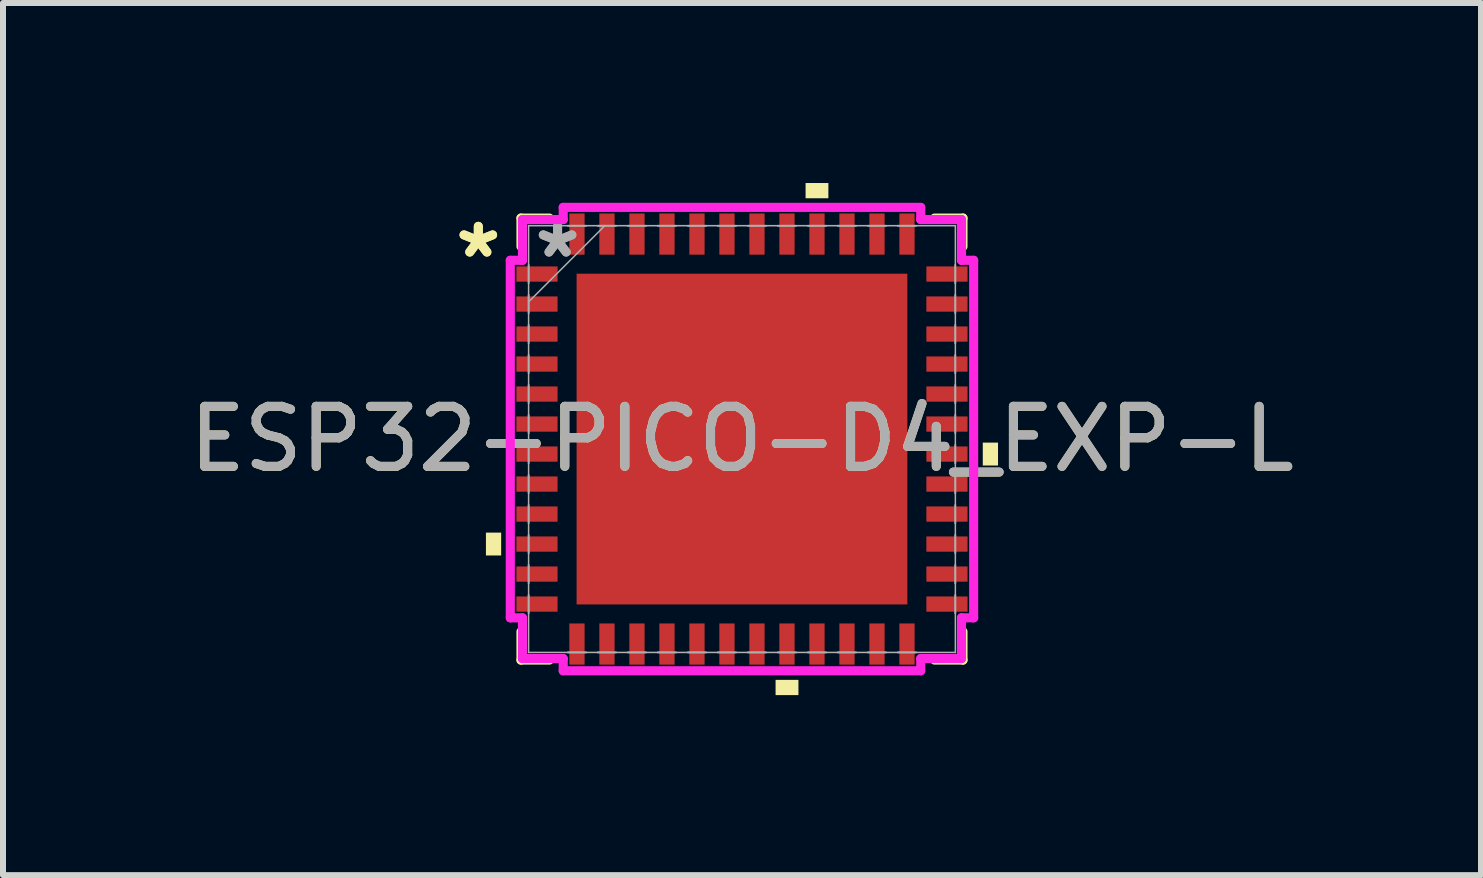
<source format=kicad_pcb>
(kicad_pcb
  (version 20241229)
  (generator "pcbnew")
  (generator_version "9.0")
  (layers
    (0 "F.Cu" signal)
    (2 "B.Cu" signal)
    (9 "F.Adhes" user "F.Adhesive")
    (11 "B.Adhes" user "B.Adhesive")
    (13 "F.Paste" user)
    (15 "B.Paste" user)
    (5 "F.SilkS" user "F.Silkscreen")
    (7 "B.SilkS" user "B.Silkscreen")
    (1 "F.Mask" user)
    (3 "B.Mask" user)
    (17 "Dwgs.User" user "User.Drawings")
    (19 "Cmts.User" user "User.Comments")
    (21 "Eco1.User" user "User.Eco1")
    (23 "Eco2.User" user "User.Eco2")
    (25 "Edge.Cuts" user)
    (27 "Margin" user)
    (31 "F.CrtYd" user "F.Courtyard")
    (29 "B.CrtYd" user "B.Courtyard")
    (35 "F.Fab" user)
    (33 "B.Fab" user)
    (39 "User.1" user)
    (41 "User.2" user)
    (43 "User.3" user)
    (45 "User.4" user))
  (footprint "ESP32-PICO-D4_EXP-L"
    (layer "F.Cu")
    (at 9.315 4.267)
    (property "Reference" "ESP32-PICO-D4_EXP-L" (at 0 0 0) (unlocked yes) (layer "F.SilkS") (effects (font (size 1 1) (thickness 0.15))))
    (attr smd)
    (fp_line (start -3.683 -3.683) (end -3.683 -3.21) (stroke (width 0.152) (type solid)) (layer "F.SilkS"))
    (fp_line (start -3.683 3.21) (end -3.683 3.683) (stroke (width 0.152) (type solid)) (layer "F.SilkS"))
    (fp_line (start -3.683 3.683) (end -3.21 3.683) (stroke (width 0.152) (type solid)) (layer "F.SilkS"))
    (fp_line (start -3.21 -3.683) (end -3.683 -3.683) (stroke (width 0.152) (type solid)) (layer "F.SilkS"))
    (fp_line (start 3.21 3.683) (end 3.683 3.683) (stroke (width 0.152) (type solid)) (layer "F.SilkS"))
    (fp_line (start 3.683 -3.683) (end 3.21 -3.683) (stroke (width 0.152) (type solid)) (layer "F.SilkS"))
    (fp_line (start 3.683 -3.21) (end 3.683 -3.683) (stroke (width 0.152) (type solid)) (layer "F.SilkS"))
    (fp_line (start 3.683 3.683) (end 3.683 3.21) (stroke (width 0.152) (type solid)) (layer "F.SilkS"))
    (fp_poly (pts (xy -4.267 1.559) (xy -4.267 1.94) (xy -4.013 1.94) (xy -4.013 1.559)) (stroke (width 0) (type solid)) (fill yes) (layer "F.SilkS"))
    (fp_poly (pts (xy 0.56 4.013) (xy 0.56 4.267) (xy 0.941 4.267) (xy 0.941 4.013)) (stroke (width 0) (type solid)) (fill yes) (layer "F.SilkS"))
    (fp_poly (pts (xy 1.06 -4.013) (xy 1.06 -4.267) (xy 1.44 -4.267) (xy 1.44 -4.013)) (stroke (width 0) (type solid)) (fill yes) (layer "F.SilkS"))
    (fp_poly (pts (xy 4.267 0.059) (xy 4.267 0.441) (xy 4.013 0.441) (xy 4.013 0.059)) (stroke (width 0) (type solid)) (fill yes) (layer "F.SilkS"))
    (fp_poly (pts (xy -2.656 -2.656) (xy -2.656 -1.478) (xy -1.478 -1.478) (xy -1.478 -2.656)) (stroke (width 0) (type solid)) (fill yes) (layer "F.Paste"))
    (fp_poly (pts (xy -2.656 -1.278) (xy -2.656 -0.1) (xy -1.478 -0.1) (xy -1.478 -1.278)) (stroke (width 0) (type solid)) (fill yes) (layer "F.Paste"))
    (fp_poly (pts (xy -2.656 0.1) (xy -2.656 1.278) (xy -1.478 1.278) (xy -1.478 0.1)) (stroke (width 0) (type solid)) (fill yes) (layer "F.Paste"))
    (fp_poly (pts (xy -2.656 1.478) (xy -2.656 2.656) (xy -1.478 2.656) (xy -1.478 1.478)) (stroke (width 0) (type solid)) (fill yes) (layer "F.Paste"))
    (fp_poly (pts (xy -1.278 -2.656) (xy -1.278 -1.478) (xy -0.1 -1.478) (xy -0.1 -2.656)) (stroke (width 0) (type solid)) (fill yes) (layer "F.Paste"))
    (fp_poly (pts (xy -1.278 -1.278) (xy -1.278 -0.1) (xy -0.1 -0.1) (xy -0.1 -1.278)) (stroke (width 0) (type solid)) (fill yes) (layer "F.Paste"))
    (fp_poly (pts (xy -1.278 0.1) (xy -1.278 1.278) (xy -0.1 1.278) (xy -0.1 0.1)) (stroke (width 0) (type solid)) (fill yes) (layer "F.Paste"))
    (fp_poly (pts (xy -1.278 1.478) (xy -1.278 2.656) (xy -0.1 2.656) (xy -0.1 1.478)) (stroke (width 0) (type solid)) (fill yes) (layer "F.Paste"))
    (fp_poly (pts (xy 0.1 -2.656) (xy 0.1 -1.478) (xy 1.278 -1.478) (xy 1.278 -2.656)) (stroke (width 0) (type solid)) (fill yes) (layer "F.Paste"))
    (fp_poly (pts (xy 0.1 -1.278) (xy 0.1 -0.1) (xy 1.278 -0.1) (xy 1.278 -1.278)) (stroke (width 0) (type solid)) (fill yes) (layer "F.Paste"))
    (fp_poly (pts (xy 0.1 0.1) (xy 0.1 1.278) (xy 1.278 1.278) (xy 1.278 0.1)) (stroke (width 0) (type solid)) (fill yes) (layer "F.Paste"))
    (fp_poly (pts (xy 0.1 1.478) (xy 0.1 2.656) (xy 1.278 2.656) (xy 1.278 1.478)) (stroke (width 0) (type solid)) (fill yes) (layer "F.Paste"))
    (fp_poly (pts (xy 1.478 -2.656) (xy 1.478 -1.478) (xy 2.656 -1.478) (xy 2.656 -2.656)) (stroke (width 0) (type solid)) (fill yes) (layer "F.Paste"))
    (fp_poly (pts (xy 1.478 -1.278) (xy 1.478 -0.1) (xy 2.656 -0.1) (xy 2.656 -1.278)) (stroke (width 0) (type solid)) (fill yes) (layer "F.Paste"))
    (fp_poly (pts (xy 1.478 0.1) (xy 1.478 1.278) (xy 2.656 1.278) (xy 2.656 0.1)) (stroke (width 0) (type solid)) (fill yes) (layer "F.Paste"))
    (fp_poly (pts (xy 1.478 1.478) (xy 1.478 2.656) (xy 2.656 2.656) (xy 2.656 1.478)) (stroke (width 0) (type solid)) (fill yes) (layer "F.Paste"))
    (fp_line (start -3.861 -2.979) (end -3.658 -2.979) (stroke (width 0.152) (type solid)) (layer "F.CrtYd"))
    (fp_line (start -3.861 2.979) (end -3.861 -2.979) (stroke (width 0.152) (type solid)) (layer "F.CrtYd"))
    (fp_line (start -3.658 -3.658) (end -2.979 -3.658) (stroke (width 0.152) (type solid)) (layer "F.CrtYd"))
    (fp_line (start -3.658 -2.979) (end -3.658 -3.658) (stroke (width 0.152) (type solid)) (layer "F.CrtYd"))
    (fp_line (start -3.658 2.979) (end -3.861 2.979) (stroke (width 0.152) (type solid)) (layer "F.CrtYd"))
    (fp_line (start -3.658 3.658) (end -3.658 2.979) (stroke (width 0.152) (type solid)) (layer "F.CrtYd"))
    (fp_line (start -2.979 -3.861) (end 2.979 -3.861) (stroke (width 0.152) (type solid)) (layer "F.CrtYd"))
    (fp_line (start -2.979 -3.658) (end -2.979 -3.861) (stroke (width 0.152) (type solid)) (layer "F.CrtYd"))
    (fp_line (start -2.979 3.658) (end -3.658 3.658) (stroke (width 0.152) (type solid)) (layer "F.CrtYd"))
    (fp_line (start -2.979 3.861) (end -2.979 3.658) (stroke (width 0.152) (type solid)) (layer "F.CrtYd"))
    (fp_line (start 2.979 -3.861) (end 2.979 -3.658) (stroke (width 0.152) (type solid)) (layer "F.CrtYd"))
    (fp_line (start 2.979 -3.658) (end 3.658 -3.658) (stroke (width 0.152) (type solid)) (layer "F.CrtYd"))
    (fp_line (start 2.979 3.658) (end 2.979 3.861) (stroke (width 0.152) (type solid)) (layer "F.CrtYd"))
    (fp_line (start 2.979 3.861) (end -2.979 3.861) (stroke (width 0.152) (type solid)) (layer "F.CrtYd"))
    (fp_line (start 3.658 -3.658) (end 3.658 -2.979) (stroke (width 0.152) (type solid)) (layer "F.CrtYd"))
    (fp_line (start 3.658 -2.979) (end 3.861 -2.979) (stroke (width 0.152) (type solid)) (layer "F.CrtYd"))
    (fp_line (start 3.658 2.979) (end 3.658 3.658) (stroke (width 0.152) (type solid)) (layer "F.CrtYd"))
    (fp_line (start 3.658 3.658) (end 2.979 3.658) (stroke (width 0.152) (type solid)) (layer "F.CrtYd"))
    (fp_line (start 3.861 -2.979) (end 3.861 2.979) (stroke (width 0.152) (type solid)) (layer "F.CrtYd"))
    (fp_line (start 3.861 2.979) (end 3.658 2.979) (stroke (width 0.152) (type solid)) (layer "F.CrtYd"))
    (fp_line (start -3.556 -3.556) (end -3.556 -3.556) (stroke (width 0.025) (type solid)) (layer "F.Fab"))
    (fp_line (start -3.556 -3.556) (end -3.556 3.556) (stroke (width 0.025) (type solid)) (layer "F.Fab"))
    (fp_line (start -3.556 -2.902) (end -3.556 -2.902) (stroke (width 0.025) (type solid)) (layer "F.Fab"))
    (fp_line (start -3.556 -2.902) (end -3.556 -2.598) (stroke (width 0.025) (type solid)) (layer "F.Fab"))
    (fp_line (start -3.556 -2.598) (end -3.556 -2.902) (stroke (width 0.025) (type solid)) (layer "F.Fab"))
    (fp_line (start -3.556 -2.598) (end -3.556 -2.598) (stroke (width 0.025) (type solid)) (layer "F.Fab"))
    (fp_line (start -3.556 -2.402) (end -3.556 -2.402) (stroke (width 0.025) (type solid)) (layer "F.Fab"))
    (fp_line (start -3.556 -2.402) (end -3.556 -2.098) (stroke (width 0.025) (type solid)) (layer "F.Fab"))
    (fp_line (start -3.556 -2.286) (end -2.286 -3.556) (stroke (width 0.025) (type solid)) (layer "F.Fab"))
    (fp_line (start -3.556 -2.098) (end -3.556 -2.402) (stroke (width 0.025) (type solid)) (layer "F.Fab"))
    (fp_line (start -3.556 -2.098) (end -3.556 -2.098) (stroke (width 0.025) (type solid)) (layer "F.Fab"))
    (fp_line (start -3.556 -1.902) (end -3.556 -1.902) (stroke (width 0.025) (type solid)) (layer "F.Fab"))
    (fp_line (start -3.556 -1.902) (end -3.556 -1.598) (stroke (width 0.025) (type solid)) (layer "F.Fab"))
    (fp_line (start -3.556 -1.598) (end -3.556 -1.902) (stroke (width 0.025) (type solid)) (layer "F.Fab"))
    (fp_line (start -3.556 -1.598) (end -3.556 -1.598) (stroke (width 0.025) (type solid)) (layer "F.Fab"))
    (fp_line (start -3.556 -1.402) (end -3.556 -1.402) (stroke (width 0.025) (type solid)) (layer "F.Fab"))
    (fp_line (start -3.556 -1.402) (end -3.556 -1.098) (stroke (width 0.025) (type solid)) (layer "F.Fab"))
    (fp_line (start -3.556 -1.098) (end -3.556 -1.402) (stroke (width 0.025) (type solid)) (layer "F.Fab"))
    (fp_line (start -3.556 -1.098) (end -3.556 -1.098) (stroke (width 0.025) (type solid)) (layer "F.Fab"))
    (fp_line (start -3.556 -0.902) (end -3.556 -0.902) (stroke (width 0.025) (type solid)) (layer "F.Fab"))
    (fp_line (start -3.556 -0.902) (end -3.556 -0.598) (stroke (width 0.025) (type solid)) (layer "F.Fab"))
    (fp_line (start -3.556 -0.598) (end -3.556 -0.902) (stroke (width 0.025) (type solid)) (layer "F.Fab"))
    (fp_line (start -3.556 -0.598) (end -3.556 -0.598) (stroke (width 0.025) (type solid)) (layer "F.Fab"))
    (fp_line (start -3.556 -0.402) (end -3.556 -0.402) (stroke (width 0.025) (type solid)) (layer "F.Fab"))
    (fp_line (start -3.556 -0.402) (end -3.556 -0.098) (stroke (width 0.025) (type solid)) (layer "F.Fab"))
    (fp_line (start -3.556 -0.098) (end -3.556 -0.402) (stroke (width 0.025) (type solid)) (layer "F.Fab"))
    (fp_line (start -3.556 -0.098) (end -3.556 -0.098) (stroke (width 0.025) (type solid)) (layer "F.Fab"))
    (fp_line (start -3.556 0.098) (end -3.556 0.098) (stroke (width 0.025) (type solid)) (layer "F.Fab"))
    (fp_line (start -3.556 0.098) (end -3.556 0.402) (stroke (width 0.025) (type solid)) (layer "F.Fab"))
    (fp_line (start -3.556 0.402) (end -3.556 0.098) (stroke (width 0.025) (type solid)) (layer "F.Fab"))
    (fp_line (start -3.556 0.402) (end -3.556 0.402) (stroke (width 0.025) (type solid)) (layer "F.Fab"))
    (fp_line (start -3.556 0.598) (end -3.556 0.598) (stroke (width 0.025) (type solid)) (layer "F.Fab"))
    (fp_line (start -3.556 0.598) (end -3.556 0.902) (stroke (width 0.025) (type solid)) (layer "F.Fab"))
    (fp_line (start -3.556 0.902) (end -3.556 0.598) (stroke (width 0.025) (type solid)) (layer "F.Fab"))
    (fp_line (start -3.556 0.902) (end -3.556 0.902) (stroke (width 0.025) (type solid)) (layer "F.Fab"))
    (fp_line (start -3.556 1.098) (end -3.556 1.098) (stroke (width 0.025) (type solid)) (layer "F.Fab"))
    (fp_line (start -3.556 1.098) (end -3.556 1.402) (stroke (width 0.025) (type solid)) (layer "F.Fab"))
    (fp_line (start -3.556 1.402) (end -3.556 1.098) (stroke (width 0.025) (type solid)) (layer "F.Fab"))
    (fp_line (start -3.556 1.402) (end -3.556 1.402) (stroke (width 0.025) (type solid)) (layer "F.Fab"))
    (fp_line (start -3.556 1.598) (end -3.556 1.598) (stroke (width 0.025) (type solid)) (layer "F.Fab"))
    (fp_line (start -3.556 1.598) (end -3.556 1.902) (stroke (width 0.025) (type solid)) (layer "F.Fab"))
    (fp_line (start -3.556 1.902) (end -3.556 1.598) (stroke (width 0.025) (type solid)) (layer "F.Fab"))
    (fp_line (start -3.556 1.902) (end -3.556 1.902) (stroke (width 0.025) (type solid)) (layer "F.Fab"))
    (fp_line (start -3.556 2.098) (end -3.556 2.098) (stroke (width 0.025) (type solid)) (layer "F.Fab"))
    (fp_line (start -3.556 2.098) (end -3.556 2.402) (stroke (width 0.025) (type solid)) (layer "F.Fab"))
    (fp_line (start -3.556 2.402) (end -3.556 2.098) (stroke (width 0.025) (type solid)) (layer "F.Fab"))
    (fp_line (start -3.556 2.402) (end -3.556 2.402) (stroke (width 0.025) (type solid)) (layer "F.Fab"))
    (fp_line (start -3.556 2.598) (end -3.556 2.598) (stroke (width 0.025) (type solid)) (layer "F.Fab"))
    (fp_line (start -3.556 2.598) (end -3.556 2.902) (stroke (width 0.025) (type solid)) (layer "F.Fab"))
    (fp_line (start -3.556 2.902) (end -3.556 2.598) (stroke (width 0.025) (type solid)) (layer "F.Fab"))
    (fp_line (start -3.556 2.902) (end -3.556 2.902) (stroke (width 0.025) (type solid)) (layer "F.Fab"))
    (fp_line (start -3.556 3.556) (end -3.556 3.556) (stroke (width 0.025) (type solid)) (layer "F.Fab"))
    (fp_line (start -3.556 3.556) (end 3.556 3.556) (stroke (width 0.025) (type solid)) (layer "F.Fab"))
    (fp_line (start -2.902 -3.556) (end -2.902 -3.556) (stroke (width 0.025) (type solid)) (layer "F.Fab"))
    (fp_line (start -2.902 -3.556) (end -2.598 -3.556) (stroke (width 0.025) (type solid)) (layer "F.Fab"))
    (fp_line (start -2.902 3.556) (end -2.902 3.556) (stroke (width 0.025) (type solid)) (layer "F.Fab"))
    (fp_line (start -2.902 3.556) (end -2.598 3.556) (stroke (width 0.025) (type solid)) (layer "F.Fab"))
    (fp_line (start -2.598 -3.556) (end -2.902 -3.556) (stroke (width 0.025) (type solid)) (layer "F.Fab"))
    (fp_line (start -2.598 -3.556) (end -2.598 -3.556) (stroke (width 0.025) (type solid)) (layer "F.Fab"))
    (fp_line (start -2.598 3.556) (end -2.902 3.556) (stroke (width 0.025) (type solid)) (layer "F.Fab"))
    (fp_line (start -2.598 3.556) (end -2.598 3.556) (stroke (width 0.025) (type solid)) (layer "F.Fab"))
    (fp_line (start -2.402 -3.556) (end -2.402 -3.556) (stroke (width 0.025) (type solid)) (layer "F.Fab"))
    (fp_line (start -2.402 -3.556) (end -2.098 -3.556) (stroke (width 0.025) (type solid)) (layer "F.Fab"))
    (fp_line (start -2.402 3.556) (end -2.402 3.556) (stroke (width 0.025) (type solid)) (layer "F.Fab"))
    (fp_line (start -2.402 3.556) (end -2.098 3.556) (stroke (width 0.025) (type solid)) (layer "F.Fab"))
    (fp_line (start -2.098 -3.556) (end -2.402 -3.556) (stroke (width 0.025) (type solid)) (layer "F.Fab"))
    (fp_line (start -2.098 -3.556) (end -2.098 -3.556) (stroke (width 0.025) (type solid)) (layer "F.Fab"))
    (fp_line (start -2.098 3.556) (end -2.402 3.556) (stroke (width 0.025) (type solid)) (layer "F.Fab"))
    (fp_line (start -2.098 3.556) (end -2.098 3.556) (stroke (width 0.025) (type solid)) (layer "F.Fab"))
    (fp_line (start -1.902 -3.556) (end -1.902 -3.556) (stroke (width 0.025) (type solid)) (layer "F.Fab"))
    (fp_line (start -1.902 -3.556) (end -1.598 -3.556) (stroke (width 0.025) (type solid)) (layer "F.Fab"))
    (fp_line (start -1.902 3.556) (end -1.902 3.556) (stroke (width 0.025) (type solid)) (layer "F.Fab"))
    (fp_line (start -1.902 3.556) (end -1.598 3.556) (stroke (width 0.025) (type solid)) (layer "F.Fab"))
    (fp_line (start -1.598 -3.556) (end -1.902 -3.556) (stroke (width 0.025) (type solid)) (layer "F.Fab"))
    (fp_line (start -1.598 -3.556) (end -1.598 -3.556) (stroke (width 0.025) (type solid)) (layer "F.Fab"))
    (fp_line (start -1.598 3.556) (end -1.902 3.556) (stroke (width 0.025) (type solid)) (layer "F.Fab"))
    (fp_line (start -1.598 3.556) (end -1.598 3.556) (stroke (width 0.025) (type solid)) (layer "F.Fab"))
    (fp_line (start -1.402 -3.556) (end -1.402 -3.556) (stroke (width 0.025) (type solid)) (layer "F.Fab"))
    (fp_line (start -1.402 -3.556) (end -1.098 -3.556) (stroke (width 0.025) (type solid)) (layer "F.Fab"))
    (fp_line (start -1.402 3.556) (end -1.402 3.556) (stroke (width 0.025) (type solid)) (layer "F.Fab"))
    (fp_line (start -1.402 3.556) (end -1.098 3.556) (stroke (width 0.025) (type solid)) (layer "F.Fab"))
    (fp_line (start -1.098 -3.556) (end -1.402 -3.556) (stroke (width 0.025) (type solid)) (layer "F.Fab"))
    (fp_line (start -1.098 -3.556) (end -1.098 -3.556) (stroke (width 0.025) (type solid)) (layer "F.Fab"))
    (fp_line (start -1.098 3.556) (end -1.402 3.556) (stroke (width 0.025) (type solid)) (layer "F.Fab"))
    (fp_line (start -1.098 3.556) (end -1.098 3.556) (stroke (width 0.025) (type solid)) (layer "F.Fab"))
    (fp_line (start -0.902 -3.556) (end -0.902 -3.556) (stroke (width 0.025) (type solid)) (layer "F.Fab"))
    (fp_line (start -0.902 -3.556) (end -0.598 -3.556) (stroke (width 0.025) (type solid)) (layer "F.Fab"))
    (fp_line (start -0.902 3.556) (end -0.902 3.556) (stroke (width 0.025) (type solid)) (layer "F.Fab"))
    (fp_line (start -0.902 3.556) (end -0.598 3.556) (stroke (width 0.025) (type solid)) (layer "F.Fab"))
    (fp_line (start -0.598 -3.556) (end -0.902 -3.556) (stroke (width 0.025) (type solid)) (layer "F.Fab"))
    (fp_line (start -0.598 -3.556) (end -0.598 -3.556) (stroke (width 0.025) (type solid)) (layer "F.Fab"))
    (fp_line (start -0.598 3.556) (end -0.902 3.556) (stroke (width 0.025) (type solid)) (layer "F.Fab"))
    (fp_line (start -0.598 3.556) (end -0.598 3.556) (stroke (width 0.025) (type solid)) (layer "F.Fab"))
    (fp_line (start -0.402 -3.556) (end -0.402 -3.556) (stroke (width 0.025) (type solid)) (layer "F.Fab"))
    (fp_line (start -0.402 -3.556) (end -0.098 -3.556) (stroke (width 0.025) (type solid)) (layer "F.Fab"))
    (fp_line (start -0.402 3.556) (end -0.402 3.556) (stroke (width 0.025) (type solid)) (layer "F.Fab"))
    (fp_line (start -0.402 3.556) (end -0.098 3.556) (stroke (width 0.025) (type solid)) (layer "F.Fab"))
    (fp_line (start -0.098 -3.556) (end -0.402 -3.556) (stroke (width 0.025) (type solid)) (layer "F.Fab"))
    (fp_line (start -0.098 -3.556) (end -0.098 -3.556) (stroke (width 0.025) (type solid)) (layer "F.Fab"))
    (fp_line (start -0.098 3.556) (end -0.402 3.556) (stroke (width 0.025) (type solid)) (layer "F.Fab"))
    (fp_line (start -0.098 3.556) (end -0.098 3.556) (stroke (width 0.025) (type solid)) (layer "F.Fab"))
    (fp_line (start 0.098 -3.556) (end 0.098 -3.556) (stroke (width 0.025) (type solid)) (layer "F.Fab"))
    (fp_line (start 0.098 -3.556) (end 0.402 -3.556) (stroke (width 0.025) (type solid)) (layer "F.Fab"))
    (fp_line (start 0.098 3.556) (end 0.098 3.556) (stroke (width 0.025) (type solid)) (layer "F.Fab"))
    (fp_line (start 0.098 3.556) (end 0.402 3.556) (stroke (width 0.025) (type solid)) (layer "F.Fab"))
    (fp_line (start 0.402 -3.556) (end 0.098 -3.556) (stroke (width 0.025) (type solid)) (layer "F.Fab"))
    (fp_line (start 0.402 -3.556) (end 0.402 -3.556) (stroke (width 0.025) (type solid)) (layer "F.Fab"))
    (fp_line (start 0.402 3.556) (end 0.098 3.556) (stroke (width 0.025) (type solid)) (layer "F.Fab"))
    (fp_line (start 0.402 3.556) (end 0.402 3.556) (stroke (width 0.025) (type solid)) (layer "F.Fab"))
    (fp_line (start 0.598 -3.556) (end 0.598 -3.556) (stroke (width 0.025) (type solid)) (layer "F.Fab"))
    (fp_line (start 0.598 -3.556) (end 0.902 -3.556) (stroke (width 0.025) (type solid)) (layer "F.Fab"))
    (fp_line (start 0.598 3.556) (end 0.598 3.556) (stroke (width 0.025) (type solid)) (layer "F.Fab"))
    (fp_line (start 0.598 3.556) (end 0.902 3.556) (stroke (width 0.025) (type solid)) (layer "F.Fab"))
    (fp_line (start 0.902 -3.556) (end 0.598 -3.556) (stroke (width 0.025) (type solid)) (layer "F.Fab"))
    (fp_line (start 0.902 -3.556) (end 0.902 -3.556) (stroke (width 0.025) (type solid)) (layer "F.Fab"))
    (fp_line (start 0.902 3.556) (end 0.598 3.556) (stroke (width 0.025) (type solid)) (layer "F.Fab"))
    (fp_line (start 0.902 3.556) (end 0.902 3.556) (stroke (width 0.025) (type solid)) (layer "F.Fab"))
    (fp_line (start 1.098 -3.556) (end 1.098 -3.556) (stroke (width 0.025) (type solid)) (layer "F.Fab"))
    (fp_line (start 1.098 -3.556) (end 1.402 -3.556) (stroke (width 0.025) (type solid)) (layer "F.Fab"))
    (fp_line (start 1.098 3.556) (end 1.098 3.556) (stroke (width 0.025) (type solid)) (layer "F.Fab"))
    (fp_line (start 1.098 3.556) (end 1.402 3.556) (stroke (width 0.025) (type solid)) (layer "F.Fab"))
    (fp_line (start 1.402 -3.556) (end 1.098 -3.556) (stroke (width 0.025) (type solid)) (layer "F.Fab"))
    (fp_line (start 1.402 -3.556) (end 1.402 -3.556) (stroke (width 0.025) (type solid)) (layer "F.Fab"))
    (fp_line (start 1.402 3.556) (end 1.098 3.556) (stroke (width 0.025) (type solid)) (layer "F.Fab"))
    (fp_line (start 1.402 3.556) (end 1.402 3.556) (stroke (width 0.025) (type solid)) (layer "F.Fab"))
    (fp_line (start 1.598 -3.556) (end 1.598 -3.556) (stroke (width 0.025) (type solid)) (layer "F.Fab"))
    (fp_line (start 1.598 -3.556) (end 1.902 -3.556) (stroke (width 0.025) (type solid)) (layer "F.Fab"))
    (fp_line (start 1.598 3.556) (end 1.598 3.556) (stroke (width 0.025) (type solid)) (layer "F.Fab"))
    (fp_line (start 1.598 3.556) (end 1.902 3.556) (stroke (width 0.025) (type solid)) (layer "F.Fab"))
    (fp_line (start 1.902 -3.556) (end 1.598 -3.556) (stroke (width 0.025) (type solid)) (layer "F.Fab"))
    (fp_line (start 1.902 -3.556) (end 1.902 -3.556) (stroke (width 0.025) (type solid)) (layer "F.Fab"))
    (fp_line (start 1.902 3.556) (end 1.598 3.556) (stroke (width 0.025) (type solid)) (layer "F.Fab"))
    (fp_line (start 1.902 3.556) (end 1.902 3.556) (stroke (width 0.025) (type solid)) (layer "F.Fab"))
    (fp_line (start 2.098 -3.556) (end 2.098 -3.556) (stroke (width 0.025) (type solid)) (layer "F.Fab"))
    (fp_line (start 2.098 -3.556) (end 2.402 -3.556) (stroke (width 0.025) (type solid)) (layer "F.Fab"))
    (fp_line (start 2.098 3.556) (end 2.098 3.556) (stroke (width 0.025) (type solid)) (layer "F.Fab"))
    (fp_line (start 2.098 3.556) (end 2.402 3.556) (stroke (width 0.025) (type solid)) (layer "F.Fab"))
    (fp_line (start 2.402 -3.556) (end 2.098 -3.556) (stroke (width 0.025) (type solid)) (layer "F.Fab"))
    (fp_line (start 2.402 -3.556) (end 2.402 -3.556) (stroke (width 0.025) (type solid)) (layer "F.Fab"))
    (fp_line (start 2.402 3.556) (end 2.098 3.556) (stroke (width 0.025) (type solid)) (layer "F.Fab"))
    (fp_line (start 2.402 3.556) (end 2.402 3.556) (stroke (width 0.025) (type solid)) (layer "F.Fab"))
    (fp_line (start 2.598 -3.556) (end 2.598 -3.556) (stroke (width 0.025) (type solid)) (layer "F.Fab"))
    (fp_line (start 2.598 -3.556) (end 2.902 -3.556) (stroke (width 0.025) (type solid)) (layer "F.Fab"))
    (fp_line (start 2.598 3.556) (end 2.598 3.556) (stroke (width 0.025) (type solid)) (layer "F.Fab"))
    (fp_line (start 2.598 3.556) (end 2.902 3.556) (stroke (width 0.025) (type solid)) (layer "F.Fab"))
    (fp_line (start 2.902 -3.556) (end 2.598 -3.556) (stroke (width 0.025) (type solid)) (layer "F.Fab"))
    (fp_line (start 2.902 -3.556) (end 2.902 -3.556) (stroke (width 0.025) (type solid)) (layer "F.Fab"))
    (fp_line (start 2.902 3.556) (end 2.598 3.556) (stroke (width 0.025) (type solid)) (layer "F.Fab"))
    (fp_line (start 2.902 3.556) (end 2.902 3.556) (stroke (width 0.025) (type solid)) (layer "F.Fab"))
    (fp_line (start 3.556 -3.556) (end -3.556 -3.556) (stroke (width 0.025) (type solid)) (layer "F.Fab"))
    (fp_line (start 3.556 -3.556) (end 3.556 -3.556) (stroke (width 0.025) (type solid)) (layer "F.Fab"))
    (fp_line (start 3.556 -2.902) (end 3.556 -2.902) (stroke (width 0.025) (type solid)) (layer "F.Fab"))
    (fp_line (start 3.556 -2.902) (end 3.556 -2.598) (stroke (width 0.025) (type solid)) (layer "F.Fab"))
    (fp_line (start 3.556 -2.598) (end 3.556 -2.902) (stroke (width 0.025) (type solid)) (layer "F.Fab"))
    (fp_line (start 3.556 -2.598) (end 3.556 -2.598) (stroke (width 0.025) (type solid)) (layer "F.Fab"))
    (fp_line (start 3.556 -2.402) (end 3.556 -2.402) (stroke (width 0.025) (type solid)) (layer "F.Fab"))
    (fp_line (start 3.556 -2.402) (end 3.556 -2.098) (stroke (width 0.025) (type solid)) (layer "F.Fab"))
    (fp_line (start 3.556 -2.098) (end 3.556 -2.402) (stroke (width 0.025) (type solid)) (layer "F.Fab"))
    (fp_line (start 3.556 -2.098) (end 3.556 -2.098) (stroke (width 0.025) (type solid)) (layer "F.Fab"))
    (fp_line (start 3.556 -1.902) (end 3.556 -1.902) (stroke (width 0.025) (type solid)) (layer "F.Fab"))
    (fp_line (start 3.556 -1.902) (end 3.556 -1.598) (stroke (width 0.025) (type solid)) (layer "F.Fab"))
    (fp_line (start 3.556 -1.598) (end 3.556 -1.902) (stroke (width 0.025) (type solid)) (layer "F.Fab"))
    (fp_line (start 3.556 -1.598) (end 3.556 -1.598) (stroke (width 0.025) (type solid)) (layer "F.Fab"))
    (fp_line (start 3.556 -1.402) (end 3.556 -1.402) (stroke (width 0.025) (type solid)) (layer "F.Fab"))
    (fp_line (start 3.556 -1.402) (end 3.556 -1.098) (stroke (width 0.025) (type solid)) (layer "F.Fab"))
    (fp_line (start 3.556 -1.098) (end 3.556 -1.402) (stroke (width 0.025) (type solid)) (layer "F.Fab"))
    (fp_line (start 3.556 -1.098) (end 3.556 -1.098) (stroke (width 0.025) (type solid)) (layer "F.Fab"))
    (fp_line (start 3.556 -0.902) (end 3.556 -0.902) (stroke (width 0.025) (type solid)) (layer "F.Fab"))
    (fp_line (start 3.556 -0.902) (end 3.556 -0.598) (stroke (width 0.025) (type solid)) (layer "F.Fab"))
    (fp_line (start 3.556 -0.598) (end 3.556 -0.902) (stroke (width 0.025) (type solid)) (layer "F.Fab"))
    (fp_line (start 3.556 -0.598) (end 3.556 -0.598) (stroke (width 0.025) (type solid)) (layer "F.Fab"))
    (fp_line (start 3.556 -0.402) (end 3.556 -0.402) (stroke (width 0.025) (type solid)) (layer "F.Fab"))
    (fp_line (start 3.556 -0.402) (end 3.556 -0.098) (stroke (width 0.025) (type solid)) (layer "F.Fab"))
    (fp_line (start 3.556 -0.098) (end 3.556 -0.402) (stroke (width 0.025) (type solid)) (layer "F.Fab"))
    (fp_line (start 3.556 -0.098) (end 3.556 -0.098) (stroke (width 0.025) (type solid)) (layer "F.Fab"))
    (fp_line (start 3.556 0.098) (end 3.556 0.098) (stroke (width 0.025) (type solid)) (layer "F.Fab"))
    (fp_line (start 3.556 0.098) (end 3.556 0.402) (stroke (width 0.025) (type solid)) (layer "F.Fab"))
    (fp_line (start 3.556 0.402) (end 3.556 0.098) (stroke (width 0.025) (type solid)) (layer "F.Fab"))
    (fp_line (start 3.556 0.402) (end 3.556 0.402) (stroke (width 0.025) (type solid)) (layer "F.Fab"))
    (fp_line (start 3.556 0.598) (end 3.556 0.598) (stroke (width 0.025) (type solid)) (layer "F.Fab"))
    (fp_line (start 3.556 0.598) (end 3.556 0.902) (stroke (width 0.025) (type solid)) (layer "F.Fab"))
    (fp_line (start 3.556 0.902) (end 3.556 0.598) (stroke (width 0.025) (type solid)) (layer "F.Fab"))
    (fp_line (start 3.556 0.902) (end 3.556 0.902) (stroke (width 0.025) (type solid)) (layer "F.Fab"))
    (fp_line (start 3.556 1.098) (end 3.556 1.098) (stroke (width 0.025) (type solid)) (layer "F.Fab"))
    (fp_line (start 3.556 1.098) (end 3.556 1.402) (stroke (width 0.025) (type solid)) (layer "F.Fab"))
    (fp_line (start 3.556 1.402) (end 3.556 1.098) (stroke (width 0.025) (type solid)) (layer "F.Fab"))
    (fp_line (start 3.556 1.402) (end 3.556 1.402) (stroke (width 0.025) (type solid)) (layer "F.Fab"))
    (fp_line (start 3.556 1.598) (end 3.556 1.598) (stroke (width 0.025) (type solid)) (layer "F.Fab"))
    (fp_line (start 3.556 1.598) (end 3.556 1.902) (stroke (width 0.025) (type solid)) (layer "F.Fab"))
    (fp_line (start 3.556 1.902) (end 3.556 1.598) (stroke (width 0.025) (type solid)) (layer "F.Fab"))
    (fp_line (start 3.556 1.902) (end 3.556 1.902) (stroke (width 0.025) (type solid)) (layer "F.Fab"))
    (fp_line (start 3.556 2.098) (end 3.556 2.098) (stroke (width 0.025) (type solid)) (layer "F.Fab"))
    (fp_line (start 3.556 2.098) (end 3.556 2.402) (stroke (width 0.025) (type solid)) (layer "F.Fab"))
    (fp_line (start 3.556 2.402) (end 3.556 2.098) (stroke (width 0.025) (type solid)) (layer "F.Fab"))
    (fp_line (start 3.556 2.402) (end 3.556 2.402) (stroke (width 0.025) (type solid)) (layer "F.Fab"))
    (fp_line (start 3.556 2.598) (end 3.556 2.598) (stroke (width 0.025) (type solid)) (layer "F.Fab"))
    (fp_line (start 3.556 2.598) (end 3.556 2.902) (stroke (width 0.025) (type solid)) (layer "F.Fab"))
    (fp_line (start 3.556 2.902) (end 3.556 2.598) (stroke (width 0.025) (type solid)) (layer "F.Fab"))
    (fp_line (start 3.556 2.902) (end 3.556 2.902) (stroke (width 0.025) (type solid)) (layer "F.Fab"))
    (fp_line (start 3.556 3.556) (end 3.556 -3.556) (stroke (width 0.025) (type solid)) (layer "F.Fab"))
    (fp_line (start 3.556 3.556) (end 3.556 3.556) (stroke (width 0.025) (type solid)) (layer "F.Fab"))
    (fp_text user "*" (at -4.394 -3 0) (unlocked yes) (layer "F.SilkS") (effects (font (size 1 1) (thickness 0.15))))
    (fp_text user "*" (at -4.394 -3 0) (layer "F.SilkS") (effects (font (size 1 1) (thickness 0.15))))
    (fp_text user "*" (at -3.073 -3 0) (unlocked yes) (layer "F.Fab") (effects (font (size 1 1) (thickness 0.15))))
    (fp_text user "${REFERENCE}" (at 0 0 0) (unlocked yes) (layer "F.Fab") (effects (font (size 1 1) (thickness 0.15))))
    (fp_text user "*" (at -3.073 -3 0) (layer "F.Fab") (effects (font (size 1 1) (thickness 0.15))))
    (pad "1" smd rect (at -3.416 -2.75 90) (size 0.254 0.686) (layers "F.Cu" "F.Mask" "F.Paste"))
    (pad "2" smd rect (at -3.416 -2.25 90) (size 0.254 0.686) (layers "F.Cu" "F.Mask" "F.Paste"))
    (pad "3" smd rect (at -3.416 -1.75 90) (size 0.254 0.686) (layers "F.Cu" "F.Mask" "F.Paste"))
    (pad "4" smd rect (at -3.416 -1.25 90) (size 0.254 0.686) (layers "F.Cu" "F.Mask" "F.Paste"))
    (pad "5" smd rect (at -3.416 -0.75 90) (size 0.254 0.686) (layers "F.Cu" "F.Mask" "F.Paste"))
    (pad "6" smd rect (at -3.416 -0.25 90) (size 0.254 0.686) (layers "F.Cu" "F.Mask" "F.Paste"))
    (pad "7" smd rect (at -3.416 0.25 90) (size 0.254 0.686) (layers "F.Cu" "F.Mask" "F.Paste"))
    (pad "8" smd rect (at -3.416 0.75 90) (size 0.254 0.686) (layers "F.Cu" "F.Mask" "F.Paste"))
    (pad "9" smd rect (at -3.416 1.25 90) (size 0.254 0.686) (layers "F.Cu" "F.Mask" "F.Paste"))
    (pad "10" smd rect (at -3.416 1.75 90) (size 0.254 0.686) (layers "F.Cu" "F.Mask" "F.Paste"))
    (pad "11" smd rect (at -3.416 2.25 90) (size 0.254 0.686) (layers "F.Cu" "F.Mask" "F.Paste"))
    (pad "12" smd rect (at -3.416 2.75 90) (size 0.254 0.686) (layers "F.Cu" "F.Mask" "F.Paste"))
    (pad "13" smd rect (at -2.75 3.416) (size 0.254 0.686) (layers "F.Cu" "F.Mask" "F.Paste"))
    (pad "14" smd rect (at -2.25 3.416) (size 0.254 0.686) (layers "F.Cu" "F.Mask" "F.Paste"))
    (pad "15" smd rect (at -1.75 3.416) (size 0.254 0.686) (layers "F.Cu" "F.Mask" "F.Paste"))
    (pad "16" smd rect (at -1.25 3.416) (size 0.254 0.686) (layers "F.Cu" "F.Mask" "F.Paste"))
    (pad "17" smd rect (at -0.75 3.416) (size 0.254 0.686) (layers "F.Cu" "F.Mask" "F.Paste"))
    (pad "18" smd rect (at -0.25 3.416) (size 0.254 0.686) (layers "F.Cu" "F.Mask" "F.Paste"))
    (pad "19" smd rect (at 0.25 3.416) (size 0.254 0.686) (layers "F.Cu" "F.Mask" "F.Paste"))
    (pad "20" smd rect (at 0.75 3.416) (size 0.254 0.686) (layers "F.Cu" "F.Mask" "F.Paste"))
    (pad "21" smd rect (at 1.25 3.416) (size 0.254 0.686) (layers "F.Cu" "F.Mask" "F.Paste"))
    (pad "22" smd rect (at 1.75 3.416) (size 0.254 0.686) (layers "F.Cu" "F.Mask" "F.Paste"))
    (pad "23" smd rect (at 2.25 3.416) (size 0.254 0.686) (layers "F.Cu" "F.Mask" "F.Paste"))
    (pad "24" smd rect (at 2.75 3.416) (size 0.254 0.686) (layers "F.Cu" "F.Mask" "F.Paste"))
    (pad "25" smd rect (at 3.416 2.75 90) (size 0.254 0.686) (layers "F.Cu" "F.Mask" "F.Paste"))
    (pad "26" smd rect (at 3.416 2.25 90) (size 0.254 0.686) (layers "F.Cu" "F.Mask" "F.Paste"))
    (pad "27" smd rect (at 3.416 1.75 90) (size 0.254 0.686) (layers "F.Cu" "F.Mask" "F.Paste"))
    (pad "28" smd rect (at 3.416 1.25 90) (size 0.254 0.686) (layers "F.Cu" "F.Mask" "F.Paste"))
    (pad "29" smd rect (at 3.416 0.75 90) (size 0.254 0.686) (layers "F.Cu" "F.Mask" "F.Paste"))
    (pad "30" smd rect (at 3.416 0.25 90) (size 0.254 0.686) (layers "F.Cu" "F.Mask" "F.Paste"))
    (pad "31" smd rect (at 3.416 -0.25 90) (size 0.254 0.686) (layers "F.Cu" "F.Mask" "F.Paste"))
    (pad "32" smd rect (at 3.416 -0.75 90) (size 0.254 0.686) (layers "F.Cu" "F.Mask" "F.Paste"))
    (pad "33" smd rect (at 3.416 -1.25 90) (size 0.254 0.686) (layers "F.Cu" "F.Mask" "F.Paste"))
    (pad "34" smd rect (at 3.416 -1.75 90) (size 0.254 0.686) (layers "F.Cu" "F.Mask" "F.Paste"))
    (pad "35" smd rect (at 3.416 -2.25 90) (size 0.254 0.686) (layers "F.Cu" "F.Mask" "F.Paste"))
    (pad "36" smd rect (at 3.416 -2.75 90) (size 0.254 0.686) (layers "F.Cu" "F.Mask" "F.Paste"))
    (pad "37" smd rect (at 2.75 -3.416) (size 0.254 0.686) (layers "F.Cu" "F.Mask" "F.Paste"))
    (pad "38" smd rect (at 2.25 -3.416) (size 0.254 0.686) (layers "F.Cu" "F.Mask" "F.Paste"))
    (pad "39" smd rect (at 1.75 -3.416) (size 0.254 0.686) (layers "F.Cu" "F.Mask" "F.Paste"))
    (pad "40" smd rect (at 1.25 -3.416) (size 0.254 0.686) (layers "F.Cu" "F.Mask" "F.Paste"))
    (pad "41" smd rect (at 0.75 -3.416) (size 0.254 0.686) (layers "F.Cu" "F.Mask" "F.Paste"))
    (pad "42" smd rect (at 0.25 -3.416) (size 0.254 0.686) (layers "F.Cu" "F.Mask" "F.Paste"))
    (pad "43" smd rect (at -0.25 -3.416) (size 0.254 0.686) (layers "F.Cu" "F.Mask" "F.Paste"))
    (pad "44" smd rect (at -0.75 -3.416) (size 0.254 0.686) (layers "F.Cu" "F.Mask" "F.Paste"))
    (pad "45" smd rect (at -1.25 -3.416) (size 0.254 0.686) (layers "F.Cu" "F.Mask" "F.Paste"))
    (pad "46" smd rect (at -1.75 -3.416) (size 0.254 0.686) (layers "F.Cu" "F.Mask" "F.Paste"))
    (pad "47" smd rect (at -2.25 -3.416) (size 0.254 0.686) (layers "F.Cu" "F.Mask" "F.Paste"))
    (pad "48" smd rect (at -2.75 -3.416) (size 0.254 0.686) (layers "F.Cu" "F.Mask" "F.Paste"))
    (pad "49" smd rect (at 0 0) (size 5.512 5.512) (layers "F.Cu" "F.Mask" "F.Paste")))
  (gr_rect
    (start -3 -3)
    (end 21.631 11.534)
    (stroke (width 0.1) (type default))
    (fill no)
    (layer "Edge.Cuts")))
</source>
